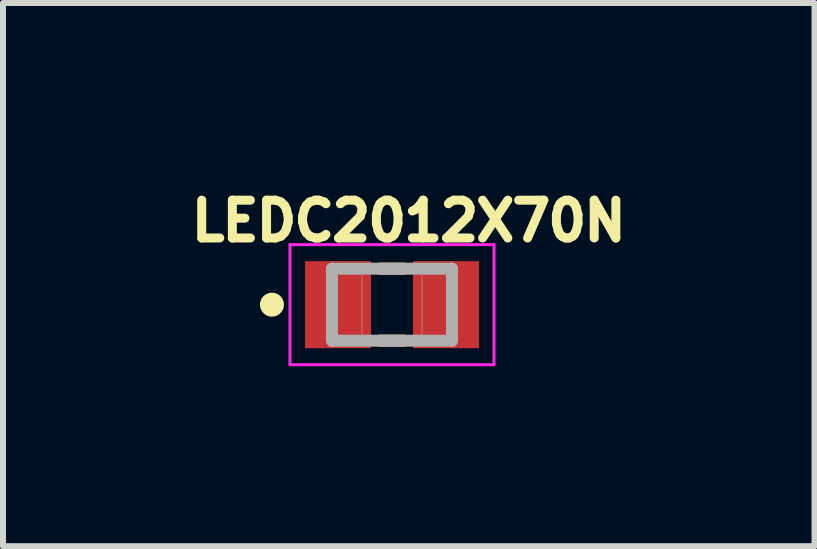
<source format=kicad_pcb>
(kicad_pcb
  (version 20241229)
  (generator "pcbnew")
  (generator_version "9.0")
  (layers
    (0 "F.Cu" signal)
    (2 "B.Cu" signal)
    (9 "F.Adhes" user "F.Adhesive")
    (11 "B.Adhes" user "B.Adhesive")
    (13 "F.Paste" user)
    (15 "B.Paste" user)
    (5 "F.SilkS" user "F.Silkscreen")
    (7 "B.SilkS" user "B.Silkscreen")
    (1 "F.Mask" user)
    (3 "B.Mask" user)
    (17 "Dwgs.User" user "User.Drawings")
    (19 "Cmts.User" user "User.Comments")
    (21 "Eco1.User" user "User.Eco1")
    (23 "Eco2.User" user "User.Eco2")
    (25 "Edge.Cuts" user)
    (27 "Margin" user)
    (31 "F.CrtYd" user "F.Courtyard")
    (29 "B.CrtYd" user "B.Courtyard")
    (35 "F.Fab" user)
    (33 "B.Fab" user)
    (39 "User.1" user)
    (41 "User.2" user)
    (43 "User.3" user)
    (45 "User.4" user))
  (footprint "LEDC2012X70N"
    (layer "F.Cu")
    (at 3.482 2.027)
    (property "Reference" "LEDC2012X70N" (at 0.28 -1.395 0) (layer "F.SilkS") (effects (font (size 0.63 0.63) (thickness 0.15))))
    (attr smd)
    (fp_line (start -0.2 -0.6) (end 0.2 -0.6) (stroke (width 0.2) (type solid)) (layer "F.SilkS"))
    (fp_line (start -0.2 0.6) (end 0.2 0.6) (stroke (width 0.2) (type solid)) (layer "F.SilkS"))
    (fp_circle (center -2 0) (end -1.9 0) (stroke (width 0.2) (type solid)) (fill no) (layer "F.SilkS"))
    (fp_line (start -1.7 -1) (end 1.7 -1) (stroke (width 0.05) (type solid)) (layer "F.CrtYd"))
    (fp_line (start -1.7 1) (end -1.7 -1) (stroke (width 0.05) (type solid)) (layer "F.CrtYd"))
    (fp_line (start 1.7 -1) (end 1.7 1) (stroke (width 0.05) (type solid)) (layer "F.CrtYd"))
    (fp_line (start 1.7 1) (end -1.7 1) (stroke (width 0.05) (type solid)) (layer "F.CrtYd"))
    (fp_line (start -1 -0.6) (end 1 -0.6) (stroke (width 0.2) (type solid)) (layer "F.Fab"))
    (fp_line (start -1 0.6) (end -1 -0.6) (stroke (width 0.2) (type solid)) (layer "F.Fab"))
    (fp_line (start 1 -0.6) (end 1 0.6) (stroke (width 0.2) (type solid)) (layer "F.Fab"))
    (fp_line (start 1 0.6) (end -1 0.6) (stroke (width 0.2) (type solid)) (layer "F.Fab"))
    (fp_poly (pts (xy -1 -0.6) (xy -0.5 -0.6) (xy -0.5 0.6) (xy -1 0.6)) (stroke (width 0.01) (type solid)) (fill no) (layer "F.Fab"))
    (fp_poly (pts (xy 0.5 -0.6) (xy 1 -0.6) (xy 1 0.6) (xy 0.5 0.6)) (stroke (width 0.01) (type solid)) (fill no) (layer "F.Fab"))
    (pad "A" smd rect (at 0.9 0) (size 1.1 1.45) (layers "F.Cu" "F.Mask" "F.Paste"))
    (pad "C" smd rect (at -0.9 0) (size 1.1 1.45) (layers "F.Cu" "F.Mask" "F.Paste")))
  (gr_rect
    (start -3 -3)
    (end 10.523 6.052)
    (stroke (width 0.1) (type default))
    (fill no)
    (layer "Edge.Cuts")))
</source>
